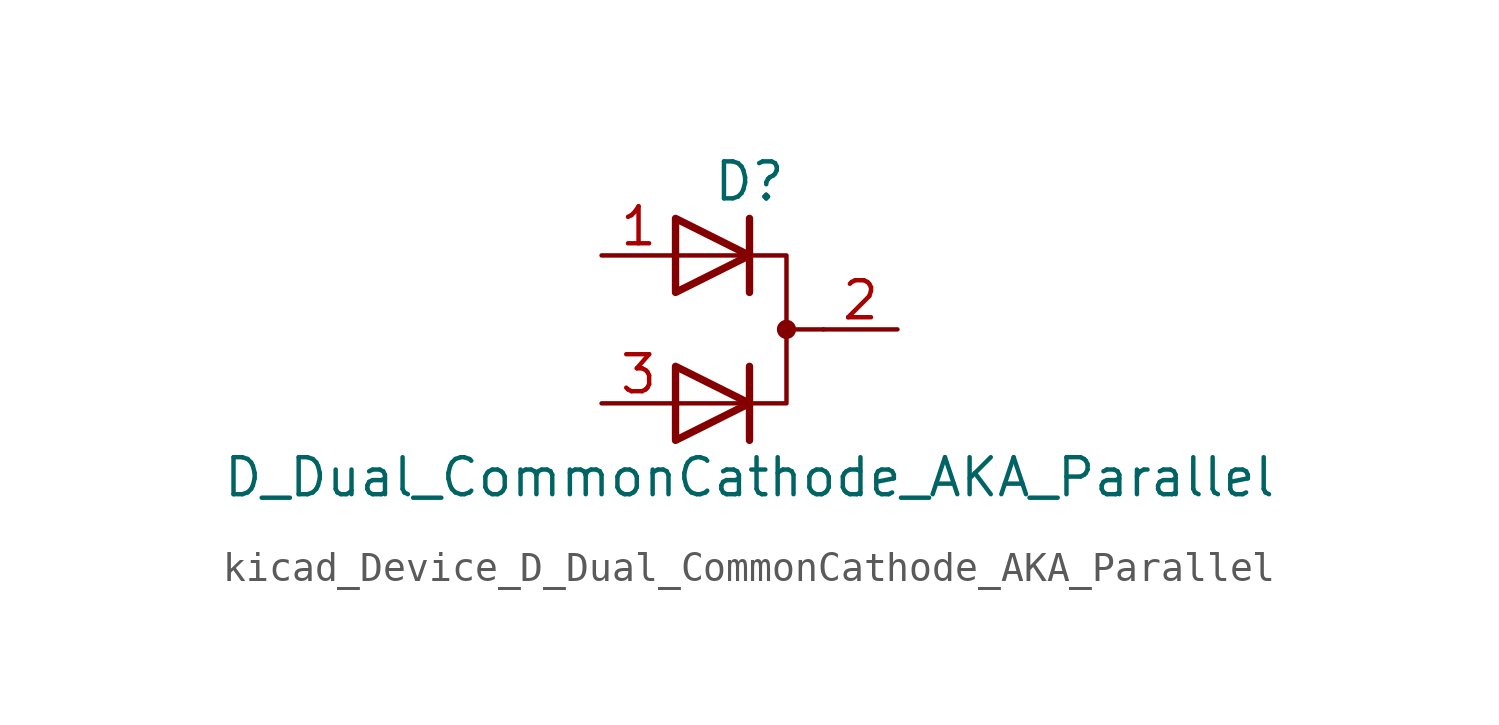
<source format=kicad_sym>
(kicad_symbol_lib
  (version 20220914)
  (generator kicad_symbol_editor)
  (symbol "kicad_Device_D_Dual_CommonCathode_AKA_Parallel"
    (pin_names
      (offset 0.762) hide)
    (property "Reference" "D"
      (at 0 5.08 0)
      (effects (font (size 1.27 1.27))))
    (property "Value" "D_Dual_CommonCathode_AKA_Parallel"
      (at 0 -5.08 0)
      (effects (font (size 1.27 1.27))))
    (symbol "kicad_Device_D_Dual_CommonCathode_AKA_Parallel_0_0"
      (polyline (pts (xy 0 -1.27) (xy 0 -3.81)) (stroke (width 0.254) (type default)) (fill (type none)))
      (polyline (pts (xy 0 3.81) (xy 0 1.27)) (stroke (width 0.254) (type default)) (fill (type none))))
    (symbol "kicad_Device_D_Dual_CommonCathode_AKA_Parallel_0_1"
      (polyline (pts (xy 1.27 0) (xy 2.54 0)) (stroke (width 0) (type default)) (fill (type none)))
      (polyline (pts (xy -2.54 -2.54) (xy 1.27 -2.54) (xy 1.27 2.54) (xy -2.54 2.54)) (stroke (width 0) (type default)) (fill (type none)))
      (polyline (pts (xy -2.54 -1.27) (xy 0 -2.54) (xy -2.54 -3.81) (xy -2.54 -1.27) (xy -2.54 -1.27) (xy -2.54 -1.27)) (stroke (width 0.254) (type default)) (fill (type none)))
      (polyline (pts (xy -2.54 3.81) (xy 0 2.54) (xy -2.54 1.27) (xy -2.54 3.81) (xy -2.54 3.81) (xy -2.54 3.81)) (stroke (width 0.254) (type default)) (fill (type none)))
      (circle (center 1.27 0) (radius 0.254) (stroke (width 0) (type default)) (fill (type outline)))
      (pin passive line (at -5.08 2.54 0) (length 2.54) (name "K" (effects (font (size 1.27 1.27)))) (number "1" (effects (font (size 1.27 1.27)))))
      (pin passive line (at 5.08 0 180) (length 2.54) (name "A" (effects (font (size 1.27 1.27)))) (number "2" (effects (font (size 1.27 1.27)))))
      (pin passive line (at -5.08 -2.54 0) (length 2.54) (name "K" (effects (font (size 1.27 1.27)))) (number "3" (effects (font (size 1.27 1.27))))))))
</source>
